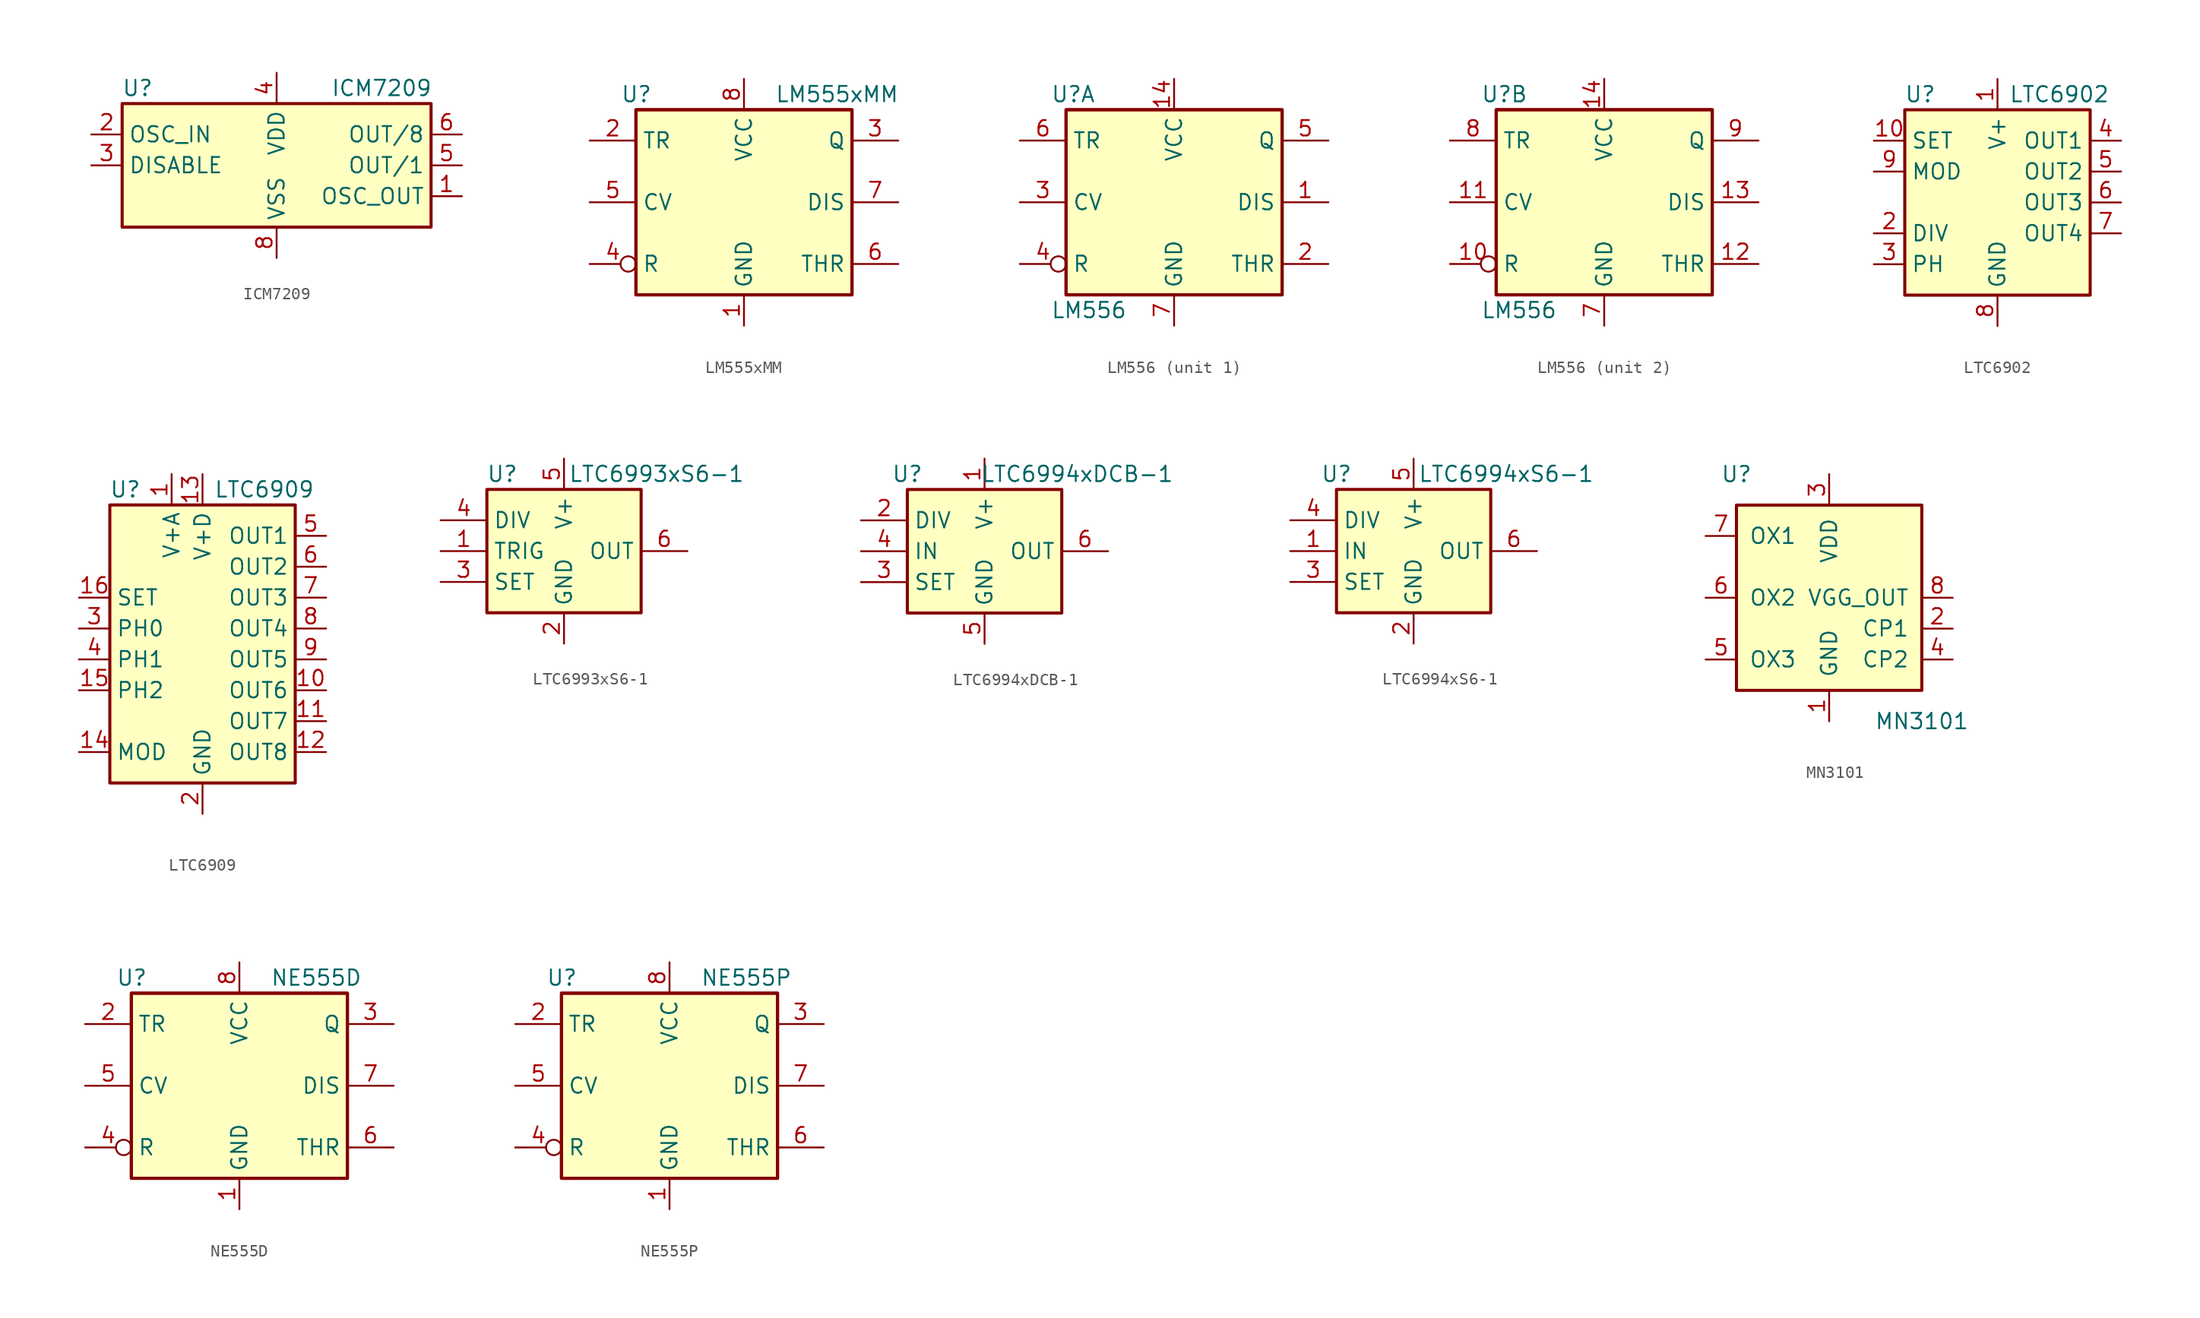
<source format=kicad_sym>
(kicad_symbol_lib
  (version 20201005)
  (generator kicad_symbol_editor)
  (symbol "Timer:ICM7209"
    (property "Reference" "U"
      (at -11.43 6.35 0)
      (effects (font (size 1.27 1.27))))
    (property "Value" "ICM7209"
      (at 8.636 6.35 0)
      (effects (font (size 1.27 1.27))))
    (symbol "ICM7209_0_1"
      (rectangle (start -12.7 -5.08) (end 12.7 5.08) (stroke (width 0.254)) (fill (type background))))
    (symbol "ICM7209_1_1"
      (pin output line (at 15.24 -2.54 180) (length 2.54) (name "OSC_OUT" (effects (font (size 1.27 1.27)))) (number "1" (effects (font (size 1.27 1.27)))))
      (pin input line (at -15.24 2.54 0) (length 2.54) (name "OSC_IN" (effects (font (size 1.27 1.27)))) (number "2" (effects (font (size 1.27 1.27)))))
      (pin input line (at -15.24 0 0) (length 2.54) (name "DISABLE" (effects (font (size 1.27 1.27)))) (number "3" (effects (font (size 1.27 1.27)))))
      (pin power_in line (at 0 7.62 270) (length 2.54) (name "VDD" (effects (font (size 1.27 1.27)))) (number "4" (effects (font (size 1.27 1.27)))))
      (pin output line (at 15.24 0 180) (length 2.54) (name "OUT/1" (effects (font (size 1.27 1.27)))) (number "5" (effects (font (size 1.27 1.27)))))
      (pin output line (at 15.24 2.54 180) (length 2.54) (name "OUT/8" (effects (font (size 1.27 1.27)))) (number "6" (effects (font (size 1.27 1.27)))))
      (pin power_in line (at 0 -7.62 90) (length 2.54) (name "VSS" (effects (font (size 1.27 1.27)))) (number "8" (effects (font (size 1.27 1.27)))))))
  (symbol "Timer:LM555xMM"
    (property "Reference" "U"
      (at -10.16 8.89 0)
      (effects (font (size 1.27 1.27)) (justify left)))
    (property "Value" "LM555xMM"
      (at 2.54 8.89 0)
      (effects (font (size 1.27 1.27)) (justify left)))
    (symbol "LM555xMM_0_0"
      (pin power_in line (at 0 -10.16 90) (length 2.54) (name "GND" (effects (font (size 1.27 1.27)))) (number "1" (effects (font (size 1.27 1.27)))))
      (pin power_in line (at 0 10.16 270) (length 2.54) (name "VCC" (effects (font (size 1.27 1.27)))) (number "8" (effects (font (size 1.27 1.27))))))
    (symbol "LM555xMM_0_1"
      (rectangle (start -8.89 -7.62) (end 8.89 7.62) (stroke (width 0.254)) (fill (type background)))
      (rectangle (start -8.89 -7.62) (end 8.89 7.62) (stroke (width 0.254)) (fill (type background))))
    (symbol "LM555xMM_1_1"
      (pin input line (at -12.7 5.08 0) (length 3.81) (name "TR" (effects (font (size 1.27 1.27)))) (number "2" (effects (font (size 1.27 1.27)))))
      (pin output line (at 12.7 5.08 180) (length 3.81) (name "Q" (effects (font (size 1.27 1.27)))) (number "3" (effects (font (size 1.27 1.27)))))
      (pin input inverted (at -12.7 -5.08 0) (length 3.81) (name "R" (effects (font (size 1.27 1.27)))) (number "4" (effects (font (size 1.27 1.27)))))
      (pin input line (at -12.7 0 0) (length 3.81) (name "CV" (effects (font (size 1.27 1.27)))) (number "5" (effects (font (size 1.27 1.27)))))
      (pin input line (at 12.7 -5.08 180) (length 3.81) (name "THR" (effects (font (size 1.27 1.27)))) (number "6" (effects (font (size 1.27 1.27)))))
      (pin input line (at 12.7 0 180) (length 3.81) (name "DIS" (effects (font (size 1.27 1.27)))) (number "7" (effects (font (size 1.27 1.27)))))))
  (symbol "Timer:LM556"
    (property "Reference" "U"
      (at -10.16 8.89 0)
      (effects (font (size 1.27 1.27)) (justify left)))
    (property "Value" "LM556"
      (at -10.16 -8.89 0)
      (effects (font (size 1.27 1.27)) (justify left)))
    (symbol "LM556_0_0"
      (pin power_in line (at 0 10.16 270) (length 2.54) (name "VCC" (effects (font (size 1.27 1.27)))) (number "14" (effects (font (size 1.27 1.27)))))
      (pin power_in line (at 0 -10.16 90) (length 2.54) (name "GND" (effects (font (size 1.27 1.27)))) (number "7" (effects (font (size 1.27 1.27))))))
    (symbol "LM556_0_1"
      (rectangle (start -8.89 -7.62) (end 8.89 7.62) (stroke (width 0.254)) (fill (type background)))
      (rectangle (start -8.89 -7.62) (end 8.89 7.62) (stroke (width 0.254)) (fill (type background))))
    (symbol "LM556_1_1"
      (pin input line (at 12.7 0 180) (length 3.81) (name "DIS" (effects (font (size 1.27 1.27)))) (number "1" (effects (font (size 1.27 1.27)))))
      (pin input line (at 12.7 -5.08 180) (length 3.81) (name "THR" (effects (font (size 1.27 1.27)))) (number "2" (effects (font (size 1.27 1.27)))))
      (pin input line (at -12.7 0 0) (length 3.81) (name "CV" (effects (font (size 1.27 1.27)))) (number "3" (effects (font (size 1.27 1.27)))))
      (pin input inverted (at -12.7 -5.08 0) (length 3.81) (name "R" (effects (font (size 1.27 1.27)))) (number "4" (effects (font (size 1.27 1.27)))))
      (pin output line (at 12.7 5.08 180) (length 3.81) (name "Q" (effects (font (size 1.27 1.27)))) (number "5" (effects (font (size 1.27 1.27)))))
      (pin input line (at -12.7 5.08 0) (length 3.81) (name "TR" (effects (font (size 1.27 1.27)))) (number "6" (effects (font (size 1.27 1.27))))))
    (symbol "LM556_2_1"
      (pin input inverted (at -12.7 -5.08 0) (length 3.81) (name "R" (effects (font (size 1.27 1.27)))) (number "10" (effects (font (size 1.27 1.27)))))
      (pin input line (at -12.7 0 0) (length 3.81) (name "CV" (effects (font (size 1.27 1.27)))) (number "11" (effects (font (size 1.27 1.27)))))
      (pin input line (at 12.7 -5.08 180) (length 3.81) (name "THR" (effects (font (size 1.27 1.27)))) (number "12" (effects (font (size 1.27 1.27)))))
      (pin input line (at 12.7 0 180) (length 3.81) (name "DIS" (effects (font (size 1.27 1.27)))) (number "13" (effects (font (size 1.27 1.27)))))
      (pin input line (at -12.7 5.08 0) (length 3.81) (name "TR" (effects (font (size 1.27 1.27)))) (number "8" (effects (font (size 1.27 1.27)))))
      (pin output line (at 12.7 5.08 180) (length 3.81) (name "Q" (effects (font (size 1.27 1.27)))) (number "9" (effects (font (size 1.27 1.27)))))))
  (symbol "Timer:LTC6902"
    (property "Reference" "U"
      (at -6.35 8.89 0)
      (effects (font (size 1.27 1.27))))
    (property "Value" "LTC6902"
      (at 5.08 8.89 0)
      (effects (font (size 1.27 1.27))))
    (symbol "LTC6902_0_1"
      (rectangle (start -7.62 7.62) (end 7.62 -7.62) (stroke (width 0.254)) (fill (type background))))
    (symbol "LTC6902_1_1"
      (pin power_in line (at 0 10.16 270) (length 2.54) (name "V+" (effects (font (size 1.27 1.27)))) (number "1" (effects (font (size 1.27 1.27)))))
      (pin passive line (at -10.16 5.08 0) (length 2.54) (name "SET" (effects (font (size 1.27 1.27)))) (number "10" (effects (font (size 1.27 1.27)))))
      (pin input line (at -10.16 -2.54 0) (length 2.54) (name "DIV" (effects (font (size 1.27 1.27)))) (number "2" (effects (font (size 1.27 1.27)))))
      (pin input line (at -10.16 -5.08 0) (length 2.54) (name "PH" (effects (font (size 1.27 1.27)))) (number "3" (effects (font (size 1.27 1.27)))))
      (pin output line (at 10.16 5.08 180) (length 2.54) (name "OUT1" (effects (font (size 1.27 1.27)))) (number "4" (effects (font (size 1.27 1.27)))))
      (pin output line (at 10.16 2.54 180) (length 2.54) (name "OUT2" (effects (font (size 1.27 1.27)))) (number "5" (effects (font (size 1.27 1.27)))))
      (pin output line (at 10.16 0 180) (length 2.54) (name "OUT3" (effects (font (size 1.27 1.27)))) (number "6" (effects (font (size 1.27 1.27)))))
      (pin output line (at 10.16 -2.54 180) (length 2.54) (name "OUT4" (effects (font (size 1.27 1.27)))) (number "7" (effects (font (size 1.27 1.27)))))
      (pin power_in line (at 0 -10.16 90) (length 2.54) (name "GND" (effects (font (size 1.27 1.27)))) (number "8" (effects (font (size 1.27 1.27)))))
      (pin passive line (at -10.16 2.54 0) (length 2.54) (name "MOD" (effects (font (size 1.27 1.27)))) (number "9" (effects (font (size 1.27 1.27)))))))
  (symbol "Timer:LTC6909"
    (property "Reference" "U"
      (at -6.35 11.43 0)
      (effects (font (size 1.27 1.27))))
    (property "Value" "LTC6909"
      (at 5.08 11.43 0)
      (effects (font (size 1.27 1.27))))
    (symbol "LTC6909_0_1"
      (rectangle (start -7.62 10.16) (end 7.62 -12.7) (stroke (width 0.254)) (fill (type background))))
    (symbol "LTC6909_1_1"
      (pin power_in line (at -2.54 12.7 270) (length 2.54) (name "V+A" (effects (font (size 1.27 1.27)))) (number "1" (effects (font (size 1.27 1.27)))))
      (pin tri_state line (at 10.16 -5.08 180) (length 2.54) (name "OUT6" (effects (font (size 1.27 1.27)))) (number "10" (effects (font (size 1.27 1.27)))))
      (pin tri_state line (at 10.16 -7.62 180) (length 2.54) (name "OUT7" (effects (font (size 1.27 1.27)))) (number "11" (effects (font (size 1.27 1.27)))))
      (pin tri_state line (at 10.16 -10.16 180) (length 2.54) (name "OUT8" (effects (font (size 1.27 1.27)))) (number "12" (effects (font (size 1.27 1.27)))))
      (pin power_in line (at 0 12.7 270) (length 2.54) (name "V+D" (effects (font (size 1.27 1.27)))) (number "13" (effects (font (size 1.27 1.27)))))
      (pin passive line (at -10.16 -10.16 0) (length 2.54) (name "MOD" (effects (font (size 1.27 1.27)))) (number "14" (effects (font (size 1.27 1.27)))))
      (pin input line (at -10.16 -5.08 0) (length 2.54) (name "PH2" (effects (font (size 1.27 1.27)))) (number "15" (effects (font (size 1.27 1.27)))))
      (pin passive line (at -10.16 2.54 0) (length 2.54) (name "SET" (effects (font (size 1.27 1.27)))) (number "16" (effects (font (size 1.27 1.27)))))
      (pin power_in line (at 0 -15.24 90) (length 2.54) (name "GND" (effects (font (size 1.27 1.27)))) (number "2" (effects (font (size 1.27 1.27)))))
      (pin input line (at -10.16 0 0) (length 2.54) (name "PH0" (effects (font (size 1.27 1.27)))) (number "3" (effects (font (size 1.27 1.27)))))
      (pin input line (at -10.16 -2.54 0) (length 2.54) (name "PH1" (effects (font (size 1.27 1.27)))) (number "4" (effects (font (size 1.27 1.27)))))
      (pin tri_state line (at 10.16 7.62 180) (length 2.54) (name "OUT1" (effects (font (size 1.27 1.27)))) (number "5" (effects (font (size 1.27 1.27)))))
      (pin tri_state line (at 10.16 5.08 180) (length 2.54) (name "OUT2" (effects (font (size 1.27 1.27)))) (number "6" (effects (font (size 1.27 1.27)))))
      (pin tri_state line (at 10.16 2.54 180) (length 2.54) (name "OUT3" (effects (font (size 1.27 1.27)))) (number "7" (effects (font (size 1.27 1.27)))))
      (pin tri_state line (at 10.16 0 180) (length 2.54) (name "OUT4" (effects (font (size 1.27 1.27)))) (number "8" (effects (font (size 1.27 1.27)))))
      (pin tri_state line (at 10.16 -2.54 180) (length 2.54) (name "OUT5" (effects (font (size 1.27 1.27)))) (number "9" (effects (font (size 1.27 1.27)))))))
  (symbol "Timer:LTC6993xS6-1"
    (property "Reference" "U"
      (at -5.08 6.35 0)
      (effects (font (size 1.27 1.27))))
    (property "Value" "LTC6993xS6-1"
      (at 7.62 6.35 0)
      (effects (font (size 1.27 1.27))))
    (symbol "LTC6993xS6-1_0_1"
      (rectangle (start -6.35 5.08) (end 6.35 -5.08) (stroke (width 0.254)) (fill (type background))))
    (symbol "LTC6993xS6-1_1_1"
      (pin input line (at -10.16 0 0) (length 3.81) (name "TRIG" (effects (font (size 1.27 1.27)))) (number "1" (effects (font (size 1.27 1.27)))))
      (pin power_in line (at 0 -7.62 90) (length 2.54) (name "GND" (effects (font (size 1.27 1.27)))) (number "2" (effects (font (size 1.27 1.27)))))
      (pin passive line (at -10.16 -2.54 0) (length 3.81) (name "SET" (effects (font (size 1.27 1.27)))) (number "3" (effects (font (size 1.27 1.27)))))
      (pin input line (at -10.16 2.54 0) (length 3.81) (name "DIV" (effects (font (size 1.27 1.27)))) (number "4" (effects (font (size 1.27 1.27)))))
      (pin power_in line (at 0 7.62 270) (length 2.54) (name "V+" (effects (font (size 1.27 1.27)))) (number "5" (effects (font (size 1.27 1.27)))))
      (pin output line (at 10.16 0 180) (length 3.81) (name "OUT" (effects (font (size 1.27 1.27)))) (number "6" (effects (font (size 1.27 1.27)))))))
  (symbol "Timer:LTC6994xDCB-1"
    (property "Reference" "U"
      (at -6.35 6.35 0)
      (effects (font (size 1.27 1.27))))
    (property "Value" "LTC6994xDCB-1"
      (at 7.62 6.35 0)
      (effects (font (size 1.27 1.27))))
    (symbol "LTC6994xDCB-1_0_1"
      (rectangle (start -6.35 5.08) (end 6.35 -5.08) (stroke (width 0.254)) (fill (type background))))
    (symbol "LTC6994xDCB-1_1_1"
      (pin power_in line (at 0 7.62 270) (length 2.54) (name "V+" (effects (font (size 1.27 1.27)))) (number "1" (effects (font (size 1.27 1.27)))))
      (pin input line (at -10.16 2.54 0) (length 3.81) (name "DIV" (effects (font (size 1.27 1.27)))) (number "2" (effects (font (size 1.27 1.27)))))
      (pin passive line (at -10.16 -2.54 0) (length 3.81) (name "SET" (effects (font (size 1.27 1.27)))) (number "3" (effects (font (size 1.27 1.27)))))
      (pin input line (at -10.16 0 0) (length 3.81) (name "IN" (effects (font (size 1.27 1.27)))) (number "4" (effects (font (size 1.27 1.27)))))
      (pin power_in line (at 0 -7.62 90) (length 2.54) (name "GND" (effects (font (size 1.27 1.27)))) (number "5" (effects (font (size 1.27 1.27)))))
      (pin output line (at 10.16 0 180) (length 3.81) (name "OUT" (effects (font (size 1.27 1.27)))) (number "6" (effects (font (size 1.27 1.27)))))))
  (symbol "Timer:LTC6994xS6-1"
    (property "Reference" "U"
      (at -6.35 6.35 0)
      (effects (font (size 1.27 1.27))))
    (property "Value" "LTC6994xS6-1"
      (at 7.62 6.35 0)
      (effects (font (size 1.27 1.27))))
    (symbol "LTC6994xS6-1_0_1"
      (rectangle (start -6.35 5.08) (end 6.35 -5.08) (stroke (width 0.254)) (fill (type background))))
    (symbol "LTC6994xS6-1_1_1"
      (pin input line (at -10.16 0 0) (length 3.81) (name "IN" (effects (font (size 1.27 1.27)))) (number "1" (effects (font (size 1.27 1.27)))))
      (pin power_in line (at 0 -7.62 90) (length 2.54) (name "GND" (effects (font (size 1.27 1.27)))) (number "2" (effects (font (size 1.27 1.27)))))
      (pin passive line (at -10.16 -2.54 0) (length 3.81) (name "SET" (effects (font (size 1.27 1.27)))) (number "3" (effects (font (size 1.27 1.27)))))
      (pin input line (at -10.16 2.54 0) (length 3.81) (name "DIV" (effects (font (size 1.27 1.27)))) (number "4" (effects (font (size 1.27 1.27)))))
      (pin power_in line (at 0 7.62 270) (length 2.54) (name "V+" (effects (font (size 1.27 1.27)))) (number "5" (effects (font (size 1.27 1.27)))))
      (pin output line (at 10.16 0 180) (length 3.81) (name "OUT" (effects (font (size 1.27 1.27)))) (number "6" (effects (font (size 1.27 1.27)))))))
  (symbol "Timer:MN3101"
    (pin_names
      (offset 1.016))
    (property "Reference" "U"
      (at -7.62 10.16 0)
      (effects (font (size 1.27 1.27))))
    (property "Value" "MN3101"
      (at 7.62 -10.16 0)
      (effects (font (size 1.27 1.27))))
    (symbol "MN3101_0_1"
      (rectangle (start -7.62 7.62) (end 7.62 -7.62) (stroke (width 0.254)) (fill (type background))))
    (symbol "MN3101_1_1"
      (pin power_in line (at 0 -10.16 90) (length 2.54) (name "GND" (effects (font (size 1.27 1.27)))) (number "1" (effects (font (size 1.27 1.27)))))
      (pin output line (at 10.16 -2.54 180) (length 2.54) (name "CP1" (effects (font (size 1.27 1.27)))) (number "2" (effects (font (size 1.27 1.27)))))
      (pin power_in line (at 0 10.16 270) (length 2.54) (name "VDD" (effects (font (size 1.27 1.27)))) (number "3" (effects (font (size 1.27 1.27)))))
      (pin output line (at 10.16 -5.08 180) (length 2.54) (name "CP2" (effects (font (size 1.27 1.27)))) (number "4" (effects (font (size 1.27 1.27)))))
      (pin input line (at -10.16 -5.08 0) (length 2.54) (name "OX3" (effects (font (size 1.27 1.27)))) (number "5" (effects (font (size 1.27 1.27)))))
      (pin input line (at -10.16 0 0) (length 2.54) (name "OX2" (effects (font (size 1.27 1.27)))) (number "6" (effects (font (size 1.27 1.27)))))
      (pin input line (at -10.16 5.08 0) (length 2.54) (name "OX1" (effects (font (size 1.27 1.27)))) (number "7" (effects (font (size 1.27 1.27)))))
      (pin power_out line (at 10.16 0 180) (length 2.54) (name "VGG_OUT" (effects (font (size 1.27 1.27)))) (number "8" (effects (font (size 1.27 1.27)))))))
  (symbol "Timer:NE555D"
    (property "Reference" "U"
      (at -10.16 8.89 0)
      (effects (font (size 1.27 1.27)) (justify left)))
    (property "Value" "NE555D"
      (at 2.54 8.89 0)
      (effects (font (size 1.27 1.27)) (justify left)))
    (symbol "NE555D_0_0"
      (pin power_in line (at 0 -10.16 90) (length 2.54) (name "GND" (effects (font (size 1.27 1.27)))) (number "1" (effects (font (size 1.27 1.27)))))
      (pin power_in line (at 0 10.16 270) (length 2.54) (name "VCC" (effects (font (size 1.27 1.27)))) (number "8" (effects (font (size 1.27 1.27))))))
    (symbol "NE555D_0_1"
      (rectangle (start -8.89 -7.62) (end 8.89 7.62) (stroke (width 0.254)) (fill (type background)))
      (rectangle (start -8.89 -7.62) (end 8.89 7.62) (stroke (width 0.254)) (fill (type background))))
    (symbol "NE555D_1_1"
      (pin input line (at -12.7 5.08 0) (length 3.81) (name "TR" (effects (font (size 1.27 1.27)))) (number "2" (effects (font (size 1.27 1.27)))))
      (pin output line (at 12.7 5.08 180) (length 3.81) (name "Q" (effects (font (size 1.27 1.27)))) (number "3" (effects (font (size 1.27 1.27)))))
      (pin input inverted (at -12.7 -5.08 0) (length 3.81) (name "R" (effects (font (size 1.27 1.27)))) (number "4" (effects (font (size 1.27 1.27)))))
      (pin input line (at -12.7 0 0) (length 3.81) (name "CV" (effects (font (size 1.27 1.27)))) (number "5" (effects (font (size 1.27 1.27)))))
      (pin input line (at 12.7 -5.08 180) (length 3.81) (name "THR" (effects (font (size 1.27 1.27)))) (number "6" (effects (font (size 1.27 1.27)))))
      (pin input line (at 12.7 0 180) (length 3.81) (name "DIS" (effects (font (size 1.27 1.27)))) (number "7" (effects (font (size 1.27 1.27)))))))
  (symbol "Timer:NE555P"
    (property "Reference" "U"
      (at -10.16 8.89 0)
      (effects (font (size 1.27 1.27)) (justify left)))
    (property "Value" "NE555P"
      (at 2.54 8.89 0)
      (effects (font (size 1.27 1.27)) (justify left)))
    (symbol "NE555P_0_0"
      (pin power_in line (at 0 -10.16 90) (length 2.54) (name "GND" (effects (font (size 1.27 1.27)))) (number "1" (effects (font (size 1.27 1.27)))))
      (pin power_in line (at 0 10.16 270) (length 2.54) (name "VCC" (effects (font (size 1.27 1.27)))) (number "8" (effects (font (size 1.27 1.27))))))
    (symbol "NE555P_0_1"
      (rectangle (start -8.89 -7.62) (end 8.89 7.62) (stroke (width 0.254)) (fill (type background)))
      (rectangle (start -8.89 -7.62) (end 8.89 7.62) (stroke (width 0.254)) (fill (type background))))
    (symbol "NE555P_1_1"
      (pin input line (at -12.7 5.08 0) (length 3.81) (name "TR" (effects (font (size 1.27 1.27)))) (number "2" (effects (font (size 1.27 1.27)))))
      (pin output line (at 12.7 5.08 180) (length 3.81) (name "Q" (effects (font (size 1.27 1.27)))) (number "3" (effects (font (size 1.27 1.27)))))
      (pin input inverted (at -12.7 -5.08 0) (length 3.81) (name "R" (effects (font (size 1.27 1.27)))) (number "4" (effects (font (size 1.27 1.27)))))
      (pin input line (at -12.7 0 0) (length 3.81) (name "CV" (effects (font (size 1.27 1.27)))) (number "5" (effects (font (size 1.27 1.27)))))
      (pin input line (at 12.7 -5.08 180) (length 3.81) (name "THR" (effects (font (size 1.27 1.27)))) (number "6" (effects (font (size 1.27 1.27)))))
      (pin input line (at 12.7 0 180) (length 3.81) (name "DIS" (effects (font (size 1.27 1.27)))) (number "7" (effects (font (size 1.27 1.27))))))))
</source>
